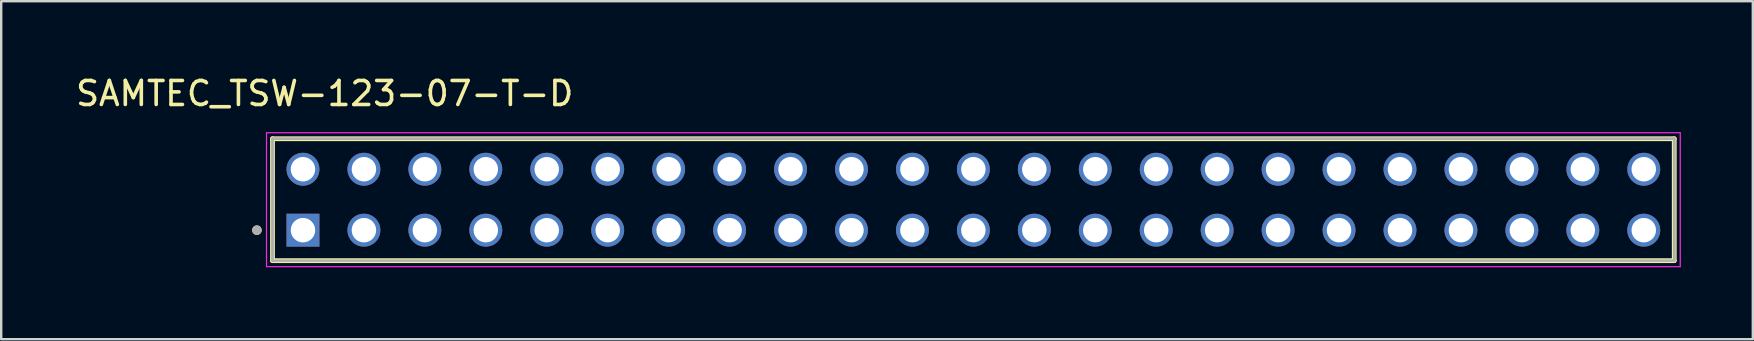
<source format=kicad_pcb>
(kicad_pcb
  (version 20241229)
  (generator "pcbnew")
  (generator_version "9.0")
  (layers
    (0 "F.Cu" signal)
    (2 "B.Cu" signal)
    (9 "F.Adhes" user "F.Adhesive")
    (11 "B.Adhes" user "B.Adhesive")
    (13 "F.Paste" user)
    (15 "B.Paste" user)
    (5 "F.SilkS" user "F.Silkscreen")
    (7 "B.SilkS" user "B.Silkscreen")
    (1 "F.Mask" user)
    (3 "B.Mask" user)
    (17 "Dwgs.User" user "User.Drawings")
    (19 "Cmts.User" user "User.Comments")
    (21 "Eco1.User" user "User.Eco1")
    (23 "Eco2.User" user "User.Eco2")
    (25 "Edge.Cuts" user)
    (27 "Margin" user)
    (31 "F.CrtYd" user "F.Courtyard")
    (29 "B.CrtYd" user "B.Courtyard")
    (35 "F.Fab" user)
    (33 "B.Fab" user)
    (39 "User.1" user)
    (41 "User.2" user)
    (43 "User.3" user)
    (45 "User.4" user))
  (footprint "SAMTEC_TSW-123-07-T-D"
    (layer "F.Cu")
    (at 37.517 5.273)
    (property "Reference" "SAMTEC_TSW-123-07-T-D" (at -27.035 -4.425 0) (layer "F.SilkS") (effects (font (size 1 1) (thickness 0.15))))
    (attr through_hole)
    (fp_line (start -29.21 2.54) (end -29.21 -2.54) (stroke (width 0.2) (type solid)) (layer "F.SilkS"))
    (fp_line (start 29.21 -2.54) (end -29.21 -2.54) (stroke (width 0.2) (type solid)) (layer "F.SilkS"))
    (fp_line (start 29.21 -2.54) (end 29.21 2.54) (stroke (width 0.2) (type solid)) (layer "F.SilkS"))
    (fp_line (start 29.21 2.54) (end -29.21 2.54) (stroke (width 0.2) (type solid)) (layer "F.SilkS"))
    (fp_circle (center -29.86 1.27) (end -29.76 1.27) (stroke (width 0.2) (type solid)) (fill no) (layer "F.SilkS"))
    (fp_line (start -29.46 -2.79) (end 29.46 -2.79) (stroke (width 0.05) (type solid)) (layer "F.CrtYd"))
    (fp_line (start -29.46 2.79) (end -29.46 -2.79) (stroke (width 0.05) (type solid)) (layer "F.CrtYd"))
    (fp_line (start 29.46 -2.79) (end 29.46 2.79) (stroke (width 0.05) (type solid)) (layer "F.CrtYd"))
    (fp_line (start 29.46 2.79) (end -29.46 2.79) (stroke (width 0.05) (type solid)) (layer "F.CrtYd"))
    (fp_line (start -29.21 -2.54) (end 29.21 -2.54) (stroke (width 0.1) (type solid)) (layer "F.Fab"))
    (fp_line (start -29.21 -2.54) (end 29.21 -2.54) (stroke (width 0.1) (type solid)) (layer "F.Fab"))
    (fp_line (start -29.21 2.54) (end -29.21 -2.54) (stroke (width 0.1) (type solid)) (layer "F.Fab"))
    (fp_line (start -29.21 2.54) (end -29.21 -2.54) (stroke (width 0.1) (type solid)) (layer "F.Fab"))
    (fp_line (start 29.21 -2.54) (end 29.21 2.54) (stroke (width 0.1) (type solid)) (layer "F.Fab"))
    (fp_line (start 29.21 -2.54) (end 29.21 2.54) (stroke (width 0.1) (type solid)) (layer "F.Fab"))
    (fp_line (start 29.21 2.54) (end -29.21 2.54) (stroke (width 0.1) (type solid)) (layer "F.Fab"))
    (fp_circle (center -29.86 1.27) (end -29.76 1.27) (stroke (width 0.2) (type solid)) (fill no) (layer "F.Fab"))
    (pad "01" thru_hole rect (at -27.94 1.27) (size 1.37 1.37) (drill 1.02) (layers "*.Cu" "*.Mask"))
    (pad "02" thru_hole circle (at -27.94 -1.27) (size 1.37 1.37) (drill 1.02) (layers "*.Cu" "*.Mask"))
    (pad "03" thru_hole circle (at -25.4 1.27) (size 1.37 1.37) (drill 1.02) (layers "*.Cu" "*.Mask"))
    (pad "04" thru_hole circle (at -25.4 -1.27) (size 1.37 1.37) (drill 1.02) (layers "*.Cu" "*.Mask"))
    (pad "05" thru_hole circle (at -22.86 1.27) (size 1.37 1.37) (drill 1.02) (layers "*.Cu" "*.Mask"))
    (pad "06" thru_hole circle (at -22.86 -1.27) (size 1.37 1.37) (drill 1.02) (layers "*.Cu" "*.Mask"))
    (pad "07" thru_hole circle (at -20.32 1.27) (size 1.37 1.37) (drill 1.02) (layers "*.Cu" "*.Mask"))
    (pad "08" thru_hole circle (at -20.32 -1.27) (size 1.37 1.37) (drill 1.02) (layers "*.Cu" "*.Mask"))
    (pad "09" thru_hole circle (at -17.78 1.27) (size 1.37 1.37) (drill 1.02) (layers "*.Cu" "*.Mask"))
    (pad "10" thru_hole circle (at -17.78 -1.27) (size 1.37 1.37) (drill 1.02) (layers "*.Cu" "*.Mask"))
    (pad "11" thru_hole circle (at -15.24 1.27) (size 1.37 1.37) (drill 1.02) (layers "*.Cu" "*.Mask"))
    (pad "12" thru_hole circle (at -15.24 -1.27) (size 1.37 1.37) (drill 1.02) (layers "*.Cu" "*.Mask"))
    (pad "13" thru_hole circle (at -12.7 1.27) (size 1.37 1.37) (drill 1.02) (layers "*.Cu" "*.Mask"))
    (pad "14" thru_hole circle (at -12.7 -1.27) (size 1.37 1.37) (drill 1.02) (layers "*.Cu" "*.Mask"))
    (pad "15" thru_hole circle (at -10.16 1.27) (size 1.37 1.37) (drill 1.02) (layers "*.Cu" "*.Mask"))
    (pad "16" thru_hole circle (at -10.16 -1.27) (size 1.37 1.37) (drill 1.02) (layers "*.Cu" "*.Mask"))
    (pad "17" thru_hole circle (at -7.62 1.27) (size 1.37 1.37) (drill 1.02) (layers "*.Cu" "*.Mask"))
    (pad "18" thru_hole circle (at -7.62 -1.27) (size 1.37 1.37) (drill 1.02) (layers "*.Cu" "*.Mask"))
    (pad "19" thru_hole circle (at -5.08 1.27) (size 1.37 1.37) (drill 1.02) (layers "*.Cu" "*.Mask"))
    (pad "20" thru_hole circle (at -5.08 -1.27) (size 1.37 1.37) (drill 1.02) (layers "*.Cu" "*.Mask"))
    (pad "21" thru_hole circle (at -2.54 1.27) (size 1.37 1.37) (drill 1.02) (layers "*.Cu" "*.Mask"))
    (pad "22" thru_hole circle (at -2.54 -1.27) (size 1.37 1.37) (drill 1.02) (layers "*.Cu" "*.Mask"))
    (pad "23" thru_hole circle (at 0 1.27) (size 1.37 1.37) (drill 1.02) (layers "*.Cu" "*.Mask"))
    (pad "24" thru_hole circle (at 0 -1.27) (size 1.37 1.37) (drill 1.02) (layers "*.Cu" "*.Mask"))
    (pad "25" thru_hole circle (at 2.54 1.27) (size 1.37 1.37) (drill 1.02) (layers "*.Cu" "*.Mask"))
    (pad "26" thru_hole circle (at 2.54 -1.27) (size 1.37 1.37) (drill 1.02) (layers "*.Cu" "*.Mask"))
    (pad "27" thru_hole circle (at 5.08 1.27) (size 1.37 1.37) (drill 1.02) (layers "*.Cu" "*.Mask"))
    (pad "28" thru_hole circle (at 5.08 -1.27) (size 1.37 1.37) (drill 1.02) (layers "*.Cu" "*.Mask"))
    (pad "29" thru_hole circle (at 7.62 1.27) (size 1.37 1.37) (drill 1.02) (layers "*.Cu" "*.Mask"))
    (pad "30" thru_hole circle (at 7.62 -1.27) (size 1.37 1.37) (drill 1.02) (layers "*.Cu" "*.Mask"))
    (pad "31" thru_hole circle (at 10.16 1.27) (size 1.37 1.37) (drill 1.02) (layers "*.Cu" "*.Mask"))
    (pad "32" thru_hole circle (at 10.16 -1.27) (size 1.37 1.37) (drill 1.02) (layers "*.Cu" "*.Mask"))
    (pad "33" thru_hole circle (at 12.7 1.27) (size 1.37 1.37) (drill 1.02) (layers "*.Cu" "*.Mask"))
    (pad "34" thru_hole circle (at 12.7 -1.27) (size 1.37 1.37) (drill 1.02) (layers "*.Cu" "*.Mask"))
    (pad "35" thru_hole circle (at 15.24 1.27) (size 1.37 1.37) (drill 1.02) (layers "*.Cu" "*.Mask"))
    (pad "36" thru_hole circle (at 15.24 -1.27) (size 1.37 1.37) (drill 1.02) (layers "*.Cu" "*.Mask"))
    (pad "37" thru_hole circle (at 17.78 1.27) (size 1.37 1.37) (drill 1.02) (layers "*.Cu" "*.Mask"))
    (pad "38" thru_hole circle (at 17.78 -1.27) (size 1.37 1.37) (drill 1.02) (layers "*.Cu" "*.Mask"))
    (pad "39" thru_hole circle (at 20.32 1.27) (size 1.37 1.37) (drill 1.02) (layers "*.Cu" "*.Mask"))
    (pad "40" thru_hole circle (at 20.32 -1.27) (size 1.37 1.37) (drill 1.02) (layers "*.Cu" "*.Mask"))
    (pad "41" thru_hole circle (at 22.86 1.27) (size 1.37 1.37) (drill 1.02) (layers "*.Cu" "*.Mask"))
    (pad "42" thru_hole circle (at 22.86 -1.27) (size 1.37 1.37) (drill 1.02) (layers "*.Cu" "*.Mask"))
    (pad "43" thru_hole circle (at 25.4 1.27) (size 1.37 1.37) (drill 1.02) (layers "*.Cu" "*.Mask"))
    (pad "44" thru_hole circle (at 25.4 -1.27) (size 1.37 1.37) (drill 1.02) (layers "*.Cu" "*.Mask"))
    (pad "45" thru_hole circle (at 27.94 1.27) (size 1.37 1.37) (drill 1.02) (layers "*.Cu" "*.Mask"))
    (pad "46" thru_hole circle (at 27.94 -1.27) (size 1.37 1.37) (drill 1.02) (layers "*.Cu" "*.Mask")))
  (gr_rect
    (start -3 -3)
    (end 70.002 11.088)
    (stroke (width 0.1) (type default))
    (fill no)
    (layer "Edge.Cuts")))
</source>
